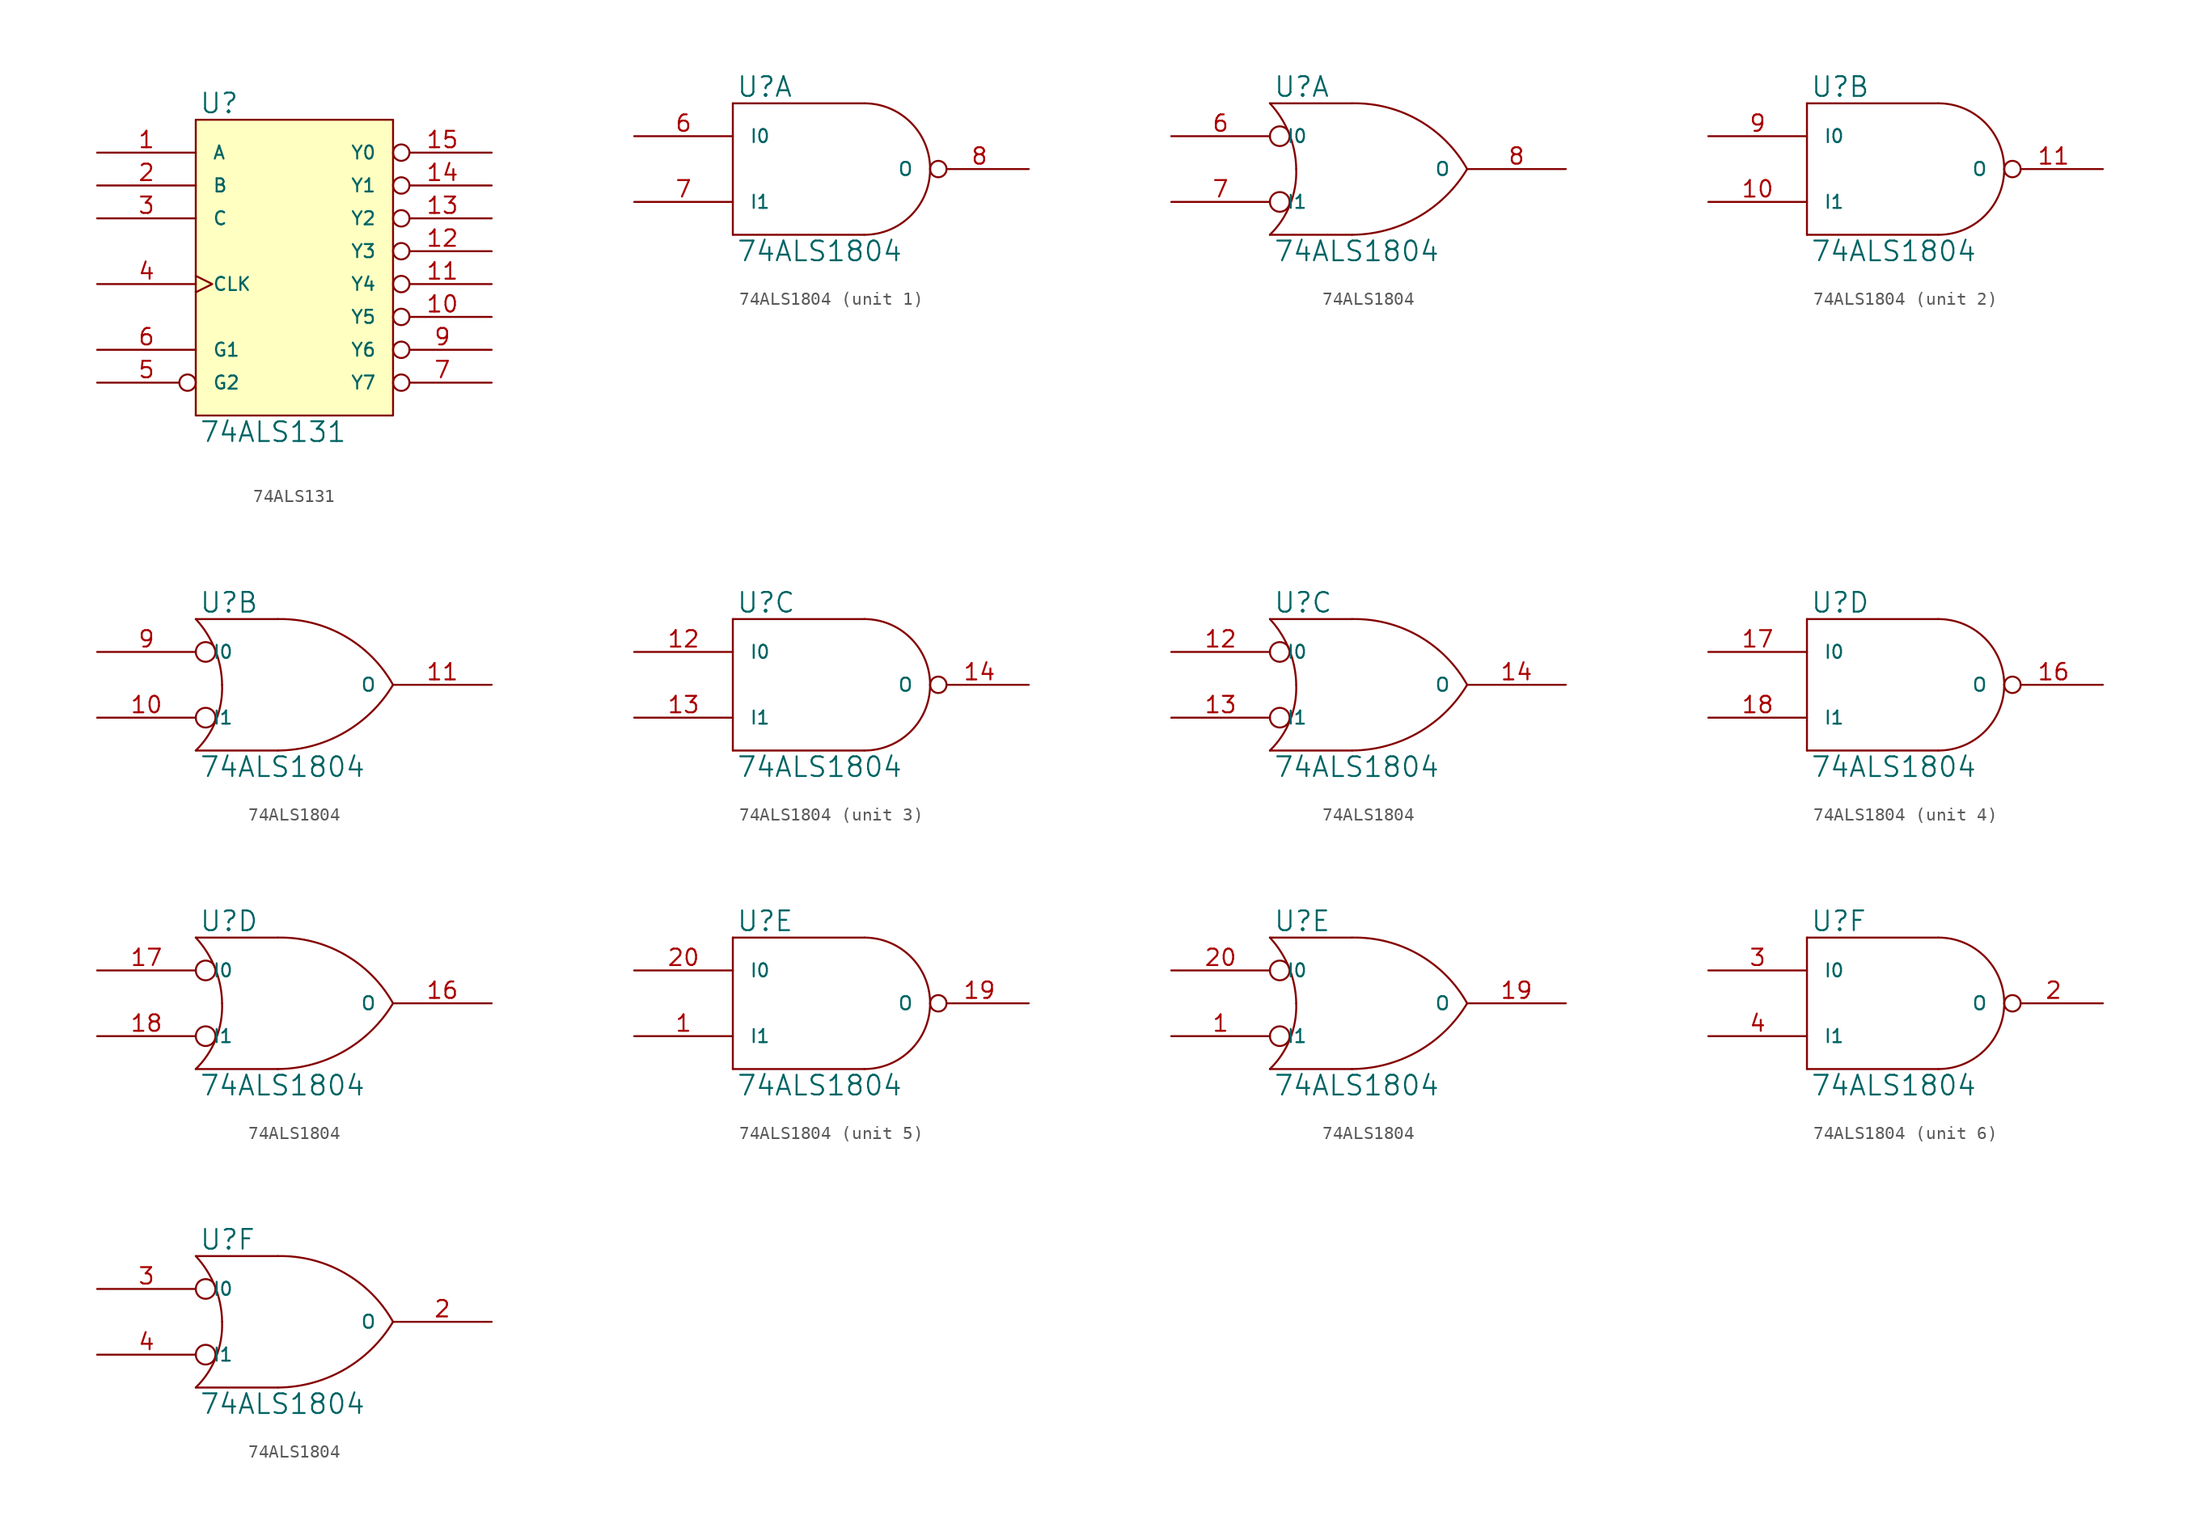
<source format=kicad_sym>
(kicad_symbol_lib
  (version 20231120)
  (generator "kicad_symbol_editor")
  (generator_version "8.0")
  (symbol "74ALS131"
    (pin_names
      (offset 1.27))
    (property "Reference" "U"
      (at 0.254 0.381 0)
      (effects (font (size 1.524 1.524)) (justify left bottom)))
    (property "Value" "74ALS131"
      (at 0.254 -23.241 0)
      (effects (font (size 1.524 1.524)) (justify left top)))
    (symbol "74ALS131_0_1"
      (rectangle (start 0 0) (end 15.24 -22.86) (stroke (width 0) (type solid)) (fill (type background))))
    (symbol "74ALS131_1_1"
      (pin input line (at -7.62 -2.54 0) (length 7.62) (name "A" (effects (font (size 1.016 1.016)))) (number "1" (effects (font (size 1.27 1.27)))))
      (pin output inverted (at 22.86 -15.24 180) (length 7.62) (name "Y5" (effects (font (size 1.016 1.016)))) (number "10" (effects (font (size 1.27 1.27)))))
      (pin output inverted (at 22.86 -12.7 180) (length 7.62) (name "Y4" (effects (font (size 1.016 1.016)))) (number "11" (effects (font (size 1.27 1.27)))))
      (pin output inverted (at 22.86 -10.16 180) (length 7.62) (name "Y3" (effects (font (size 1.016 1.016)))) (number "12" (effects (font (size 1.27 1.27)))))
      (pin output inverted (at 22.86 -7.62 180) (length 7.62) (name "Y2" (effects (font (size 1.016 1.016)))) (number "13" (effects (font (size 1.27 1.27)))))
      (pin output inverted (at 22.86 -5.08 180) (length 7.62) (name "Y1" (effects (font (size 1.016 1.016)))) (number "14" (effects (font (size 1.27 1.27)))))
      (pin output inverted (at 22.86 -2.54 180) (length 7.62) (name "Y0" (effects (font (size 1.016 1.016)))) (number "15" (effects (font (size 1.27 1.27)))))
      (pin power_in line (at 0 0 270) (length 0) hide (name "VCC" (effects (font (size 1.016 1.016)))) (number "16" (effects (font (size 1.27 1.27)))))
      (pin input line (at -7.62 -5.08 0) (length 7.62) (name "B" (effects (font (size 1.016 1.016)))) (number "2" (effects (font (size 1.27 1.27)))))
      (pin input line (at -7.62 -7.62 0) (length 7.62) (name "C" (effects (font (size 1.016 1.016)))) (number "3" (effects (font (size 1.27 1.27)))))
      (pin input clock (at -7.62 -12.7 0) (length 7.62) (name "CLK" (effects (font (size 1.016 1.016)))) (number "4" (effects (font (size 1.27 1.27)))))
      (pin input inverted (at -7.62 -20.32 0) (length 7.62) (name "G2" (effects (font (size 1.016 1.016)))) (number "5" (effects (font (size 1.27 1.27)))))
      (pin input line (at -7.62 -17.78 0) (length 7.62) (name "G1" (effects (font (size 1.016 1.016)))) (number "6" (effects (font (size 1.27 1.27)))))
      (pin output inverted (at 22.86 -20.32 180) (length 7.62) (name "Y7" (effects (font (size 1.016 1.016)))) (number "7" (effects (font (size 1.27 1.27)))))
      (pin power_in line (at 0 -22.86 90) (length 0) hide (name "GND" (effects (font (size 1.016 1.016)))) (number "8" (effects (font (size 1.27 1.27)))))
      (pin output inverted (at 22.86 -17.78 180) (length 7.62) (name "Y6" (effects (font (size 1.016 1.016)))) (number "9" (effects (font (size 1.27 1.27)))))))
  (symbol "74ALS1804"
    (pin_names
      (offset 1.27))
    (property "Reference" "U"
      (at 0.254 0.381 0)
      (effects (font (size 1.524 1.524)) (justify left bottom)))
    (property "Value" "74ALS1804"
      (at 0.254 -10.541 0)
      (effects (font (size 1.524 1.524)) (justify left top)))
    (symbol "74ALS1804_0_1"
      (polyline (pts (xy 0 -10.16) (xy 10.16 -10.16)) (stroke (width 0) (type solid)) (fill (type none)))
      (polyline (pts (xy 0 0) (xy 0 -10.16)) (stroke (width 0) (type solid)) (fill (type none)))
      (polyline (pts (xy 10.16 0) (xy 0 0)) (stroke (width 0) (type solid)) (fill (type none)))
      (arc (start 10.16 -10.16) (mid 13.7521 -8.6721) (end 15.24 -5.08) (stroke (width 0) (type solid)) (fill (type none)))
      (arc (start 15.24 -5.08) (mid 13.7521 -1.4879) (end 10.16 0) (stroke (width 0) (type solid)) (fill (type none))))
    (symbol "74ALS1804_0_2"
      (arc (start 0 -10.16) (mid 1.5573 -7.8293) (end 2.032 -5.08) (stroke (width 0) (type solid)) (fill (type none)))
      (polyline (pts (xy 6.35 -10.16) (xy 0 -10.16)) (stroke (width 0) (type solid)) (fill (type none)))
      (polyline (pts (xy 6.35 0) (xy 0 0)) (stroke (width 0) (type solid)) (fill (type none)))
      (circle (center 0.762 -7.62) (radius 0.762) (stroke (width 0) (type solid)) (fill (type none)))
      (circle (center 0.762 -2.54) (radius 0.762) (stroke (width 0) (type solid)) (fill (type none)))
      (arc (start 2.032 -5.08) (mid 1.4906 -2.3584) (end 0 0) (stroke (width 0) (type solid)) (fill (type none)))
      (arc (start 6.35 -10.16) (mid 11.4496 -8.7875) (end 15.24 -5.08) (stroke (width 0) (type solid)) (fill (type none)))
      (arc (start 15.24 -5.08) (mid 11.4893 -1.3041) (end 6.35 0) (stroke (width 0) (type solid)) (fill (type none))))
    (symbol "74ALS1804_1_1"
      (pin power_in line (at 0 -10.16 90) (length 0) hide (name "GND" (effects (font (size 1.016 1.016)))) (number "15" (effects (font (size 1.27 1.27)))))
      (pin power_in line (at 0 0 270) (length 0) hide (name "VCC" (effects (font (size 1.016 1.016)))) (number "5" (effects (font (size 1.27 1.27)))))
      (pin input line (at -7.62 -2.54 0) (length 7.62) (name "I0" (effects (font (size 1.016 1.016)))) (number "6" (effects (font (size 1.27 1.27)))))
      (pin input line (at -7.62 -7.62 0) (length 7.62) (name "I1" (effects (font (size 1.016 1.016)))) (number "7" (effects (font (size 1.27 1.27)))))
      (pin output inverted (at 22.86 -5.08 180) (length 7.62) (name "O" (effects (font (size 1.016 1.016)))) (number "8" (effects (font (size 1.27 1.27))))))
    (symbol "74ALS1804_1_2"
      (pin power_in line (at 0 -10.16 90) (length 0) hide (name "GND" (effects (font (size 1.016 1.016)))) (number "15" (effects (font (size 1.27 1.27)))))
      (pin power_in line (at 0 0 270) (length 0) hide (name "VCC" (effects (font (size 1.016 1.016)))) (number "5" (effects (font (size 1.27 1.27)))))
      (pin input line (at -7.62 -2.54 0) (length 7.62) (name "I0" (effects (font (size 1.016 1.016)))) (number "6" (effects (font (size 1.27 1.27)))))
      (pin input line (at -7.62 -7.62 0) (length 7.62) (name "I1" (effects (font (size 1.016 1.016)))) (number "7" (effects (font (size 1.27 1.27)))))
      (pin output line (at 22.86 -5.08 180) (length 7.62) (name "O" (effects (font (size 1.016 1.016)))) (number "8" (effects (font (size 1.27 1.27))))))
    (symbol "74ALS1804_2_1"
      (pin input line (at -7.62 -7.62 0) (length 7.62) (name "I1" (effects (font (size 1.016 1.016)))) (number "10" (effects (font (size 1.27 1.27)))))
      (pin output inverted (at 22.86 -5.08 180) (length 7.62) (name "O" (effects (font (size 1.016 1.016)))) (number "11" (effects (font (size 1.27 1.27)))))
      (pin power_in line (at 0 -10.16 90) (length 0) hide (name "GND" (effects (font (size 1.016 1.016)))) (number "15" (effects (font (size 1.27 1.27)))))
      (pin power_in line (at 0 0 270) (length 0) hide (name "VCC" (effects (font (size 1.016 1.016)))) (number "5" (effects (font (size 1.27 1.27)))))
      (pin input line (at -7.62 -2.54 0) (length 7.62) (name "I0" (effects (font (size 1.016 1.016)))) (number "9" (effects (font (size 1.27 1.27))))))
    (symbol "74ALS1804_2_2"
      (pin input line (at -7.62 -7.62 0) (length 7.62) (name "I1" (effects (font (size 1.016 1.016)))) (number "10" (effects (font (size 1.27 1.27)))))
      (pin output line (at 22.86 -5.08 180) (length 7.62) (name "O" (effects (font (size 1.016 1.016)))) (number "11" (effects (font (size 1.27 1.27)))))
      (pin power_in line (at 0 -10.16 90) (length 0) hide (name "GND" (effects (font (size 1.016 1.016)))) (number "15" (effects (font (size 1.27 1.27)))))
      (pin power_in line (at 0 0 270) (length 0) hide (name "VCC" (effects (font (size 1.016 1.016)))) (number "5" (effects (font (size 1.27 1.27)))))
      (pin input line (at -7.62 -2.54 0) (length 7.62) (name "I0" (effects (font (size 1.016 1.016)))) (number "9" (effects (font (size 1.27 1.27))))))
    (symbol "74ALS1804_3_1"
      (pin input line (at -7.62 -2.54 0) (length 7.62) (name "I0" (effects (font (size 1.016 1.016)))) (number "12" (effects (font (size 1.27 1.27)))))
      (pin input line (at -7.62 -7.62 0) (length 7.62) (name "I1" (effects (font (size 1.016 1.016)))) (number "13" (effects (font (size 1.27 1.27)))))
      (pin output inverted (at 22.86 -5.08 180) (length 7.62) (name "O" (effects (font (size 1.016 1.016)))) (number "14" (effects (font (size 1.27 1.27)))))
      (pin power_in line (at 0 -10.16 90) (length 0) hide (name "GND" (effects (font (size 1.016 1.016)))) (number "15" (effects (font (size 1.27 1.27)))))
      (pin power_in line (at 0 0 270) (length 0) hide (name "VCC" (effects (font (size 1.016 1.016)))) (number "5" (effects (font (size 1.27 1.27))))))
    (symbol "74ALS1804_3_2"
      (pin input line (at -7.62 -2.54 0) (length 7.62) (name "I0" (effects (font (size 1.016 1.016)))) (number "12" (effects (font (size 1.27 1.27)))))
      (pin input line (at -7.62 -7.62 0) (length 7.62) (name "I1" (effects (font (size 1.016 1.016)))) (number "13" (effects (font (size 1.27 1.27)))))
      (pin output line (at 22.86 -5.08 180) (length 7.62) (name "O" (effects (font (size 1.016 1.016)))) (number "14" (effects (font (size 1.27 1.27)))))
      (pin power_in line (at 0 -10.16 90) (length 0) hide (name "GND" (effects (font (size 1.016 1.016)))) (number "15" (effects (font (size 1.27 1.27)))))
      (pin power_in line (at 0 0 270) (length 0) hide (name "VCC" (effects (font (size 1.016 1.016)))) (number "5" (effects (font (size 1.27 1.27))))))
    (symbol "74ALS1804_4_1"
      (pin power_in line (at 0 -10.16 90) (length 0) hide (name "GND" (effects (font (size 1.016 1.016)))) (number "15" (effects (font (size 1.27 1.27)))))
      (pin output inverted (at 22.86 -5.08 180) (length 7.62) (name "O" (effects (font (size 1.016 1.016)))) (number "16" (effects (font (size 1.27 1.27)))))
      (pin input line (at -7.62 -2.54 0) (length 7.62) (name "I0" (effects (font (size 1.016 1.016)))) (number "17" (effects (font (size 1.27 1.27)))))
      (pin input line (at -7.62 -7.62 0) (length 7.62) (name "I1" (effects (font (size 1.016 1.016)))) (number "18" (effects (font (size 1.27 1.27)))))
      (pin power_in line (at 0 0 270) (length 0) hide (name "VCC" (effects (font (size 1.016 1.016)))) (number "5" (effects (font (size 1.27 1.27))))))
    (symbol "74ALS1804_4_2"
      (pin power_in line (at 0 -10.16 90) (length 0) hide (name "GND" (effects (font (size 1.016 1.016)))) (number "15" (effects (font (size 1.27 1.27)))))
      (pin output line (at 22.86 -5.08 180) (length 7.62) (name "O" (effects (font (size 1.016 1.016)))) (number "16" (effects (font (size 1.27 1.27)))))
      (pin input line (at -7.62 -2.54 0) (length 7.62) (name "I0" (effects (font (size 1.016 1.016)))) (number "17" (effects (font (size 1.27 1.27)))))
      (pin input line (at -7.62 -7.62 0) (length 7.62) (name "I1" (effects (font (size 1.016 1.016)))) (number "18" (effects (font (size 1.27 1.27)))))
      (pin power_in line (at 0 0 270) (length 0) hide (name "VCC" (effects (font (size 1.016 1.016)))) (number "5" (effects (font (size 1.27 1.27))))))
    (symbol "74ALS1804_5_1"
      (pin input line (at -7.62 -7.62 0) (length 7.62) (name "I1" (effects (font (size 1.016 1.016)))) (number "1" (effects (font (size 1.27 1.27)))))
      (pin power_in line (at 0 -10.16 90) (length 0) hide (name "GND" (effects (font (size 1.016 1.016)))) (number "15" (effects (font (size 1.27 1.27)))))
      (pin output inverted (at 22.86 -5.08 180) (length 7.62) (name "O" (effects (font (size 1.016 1.016)))) (number "19" (effects (font (size 1.27 1.27)))))
      (pin input line (at -7.62 -2.54 0) (length 7.62) (name "I0" (effects (font (size 1.016 1.016)))) (number "20" (effects (font (size 1.27 1.27)))))
      (pin power_in line (at 0 0 270) (length 0) hide (name "VCC" (effects (font (size 1.016 1.016)))) (number "5" (effects (font (size 1.27 1.27))))))
    (symbol "74ALS1804_5_2"
      (pin input line (at -7.62 -7.62 0) (length 7.62) (name "I1" (effects (font (size 1.016 1.016)))) (number "1" (effects (font (size 1.27 1.27)))))
      (pin power_in line (at 0 -10.16 90) (length 0) hide (name "GND" (effects (font (size 1.016 1.016)))) (number "15" (effects (font (size 1.27 1.27)))))
      (pin output line (at 22.86 -5.08 180) (length 7.62) (name "O" (effects (font (size 1.016 1.016)))) (number "19" (effects (font (size 1.27 1.27)))))
      (pin input line (at -7.62 -2.54 0) (length 7.62) (name "I0" (effects (font (size 1.016 1.016)))) (number "20" (effects (font (size 1.27 1.27)))))
      (pin power_in line (at 0 0 270) (length 0) hide (name "VCC" (effects (font (size 1.016 1.016)))) (number "5" (effects (font (size 1.27 1.27))))))
    (symbol "74ALS1804_6_1"
      (pin power_in line (at 0 -10.16 90) (length 0) hide (name "GND" (effects (font (size 1.016 1.016)))) (number "15" (effects (font (size 1.27 1.27)))))
      (pin output inverted (at 22.86 -5.08 180) (length 7.62) (name "O" (effects (font (size 1.016 1.016)))) (number "2" (effects (font (size 1.27 1.27)))))
      (pin input line (at -7.62 -2.54 0) (length 7.62) (name "I0" (effects (font (size 1.016 1.016)))) (number "3" (effects (font (size 1.27 1.27)))))
      (pin input line (at -7.62 -7.62 0) (length 7.62) (name "I1" (effects (font (size 1.016 1.016)))) (number "4" (effects (font (size 1.27 1.27)))))
      (pin power_in line (at 0 0 270) (length 0) hide (name "VCC" (effects (font (size 1.016 1.016)))) (number "5" (effects (font (size 1.27 1.27))))))
    (symbol "74ALS1804_6_2"
      (pin power_in line (at 0 -10.16 90) (length 0) hide (name "GND" (effects (font (size 1.016 1.016)))) (number "15" (effects (font (size 1.27 1.27)))))
      (pin output line (at 22.86 -5.08 180) (length 7.62) (name "O" (effects (font (size 1.016 1.016)))) (number "2" (effects (font (size 1.27 1.27)))))
      (pin input line (at -7.62 -2.54 0) (length 7.62) (name "I0" (effects (font (size 1.016 1.016)))) (number "3" (effects (font (size 1.27 1.27)))))
      (pin input line (at -7.62 -7.62 0) (length 7.62) (name "I1" (effects (font (size 1.016 1.016)))) (number "4" (effects (font (size 1.27 1.27)))))
      (pin power_in line (at 0 0 270) (length 0) hide (name "VCC" (effects (font (size 1.016 1.016)))) (number "5" (effects (font (size 1.27 1.27))))))))
</source>
